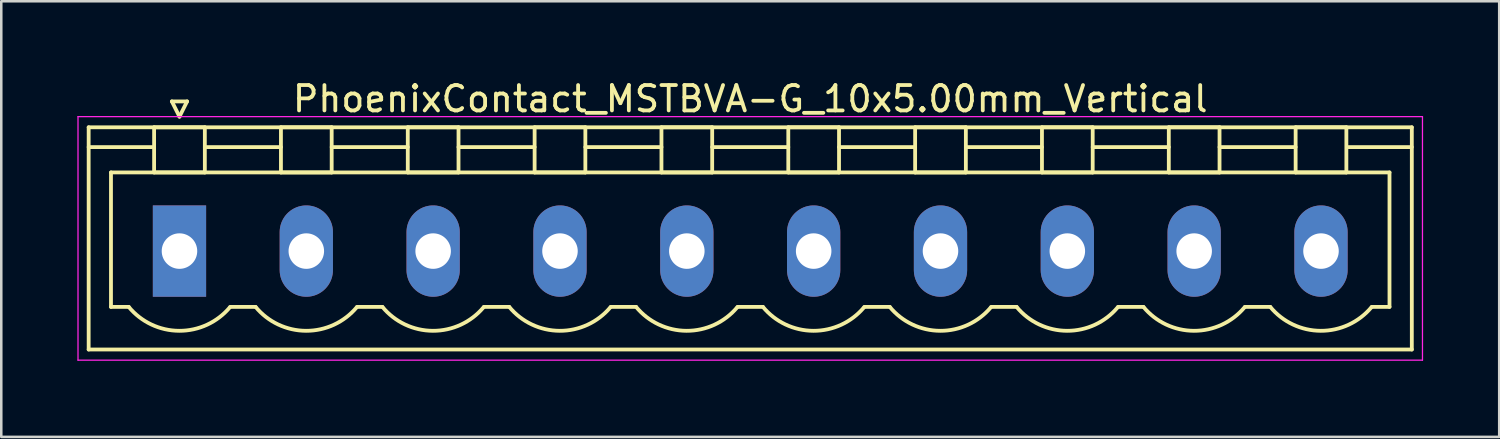
<source format=kicad_pcb>
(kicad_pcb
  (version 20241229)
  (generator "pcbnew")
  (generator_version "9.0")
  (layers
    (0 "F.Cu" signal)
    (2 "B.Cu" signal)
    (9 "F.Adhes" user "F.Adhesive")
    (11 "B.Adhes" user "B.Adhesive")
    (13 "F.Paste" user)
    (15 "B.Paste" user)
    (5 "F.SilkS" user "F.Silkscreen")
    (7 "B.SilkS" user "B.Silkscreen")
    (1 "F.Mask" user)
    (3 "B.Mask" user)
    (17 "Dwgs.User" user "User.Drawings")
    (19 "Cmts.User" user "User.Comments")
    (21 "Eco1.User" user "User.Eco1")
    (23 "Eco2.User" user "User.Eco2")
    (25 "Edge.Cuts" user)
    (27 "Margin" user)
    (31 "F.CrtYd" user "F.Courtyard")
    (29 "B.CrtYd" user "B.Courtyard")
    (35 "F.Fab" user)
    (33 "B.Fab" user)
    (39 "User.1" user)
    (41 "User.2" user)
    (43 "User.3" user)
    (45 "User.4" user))
  (footprint "PhoenixContact_MSTBVA-G_10x5.00mm_Vertical"
    (layer "F.Cu")
    (at 4.025 6.848)
    (property "Reference" "PhoenixContact_MSTBVA-G_10x5.00mm_Vertical" (at 22.5 -6 0) (layer "F.SilkS") (effects (font (size 1 1) (thickness 0.15))))
    (attr through_hole)
    (fp_line (start -3.58 -4.88) (end -3.58 3.88) (stroke (width 0.15) (type solid)) (layer "F.SilkS"))
    (fp_line (start -3.58 -4.1) (end -1.08 -4.1) (stroke (width 0.15) (type solid)) (layer "F.SilkS"))
    (fp_line (start -3.58 3.88) (end 48.58 3.88) (stroke (width 0.15) (type solid)) (layer "F.SilkS"))
    (fp_line (start -2.7 -3.1) (end 47.7 -3.1) (stroke (width 0.15) (type solid)) (layer "F.SilkS"))
    (fp_line (start -2.7 2.2) (end -2.7 -3.1) (stroke (width 0.15) (type solid)) (layer "F.SilkS"))
    (fp_line (start -2 2.2) (end -2.7 2.2) (stroke (width 0.15) (type solid)) (layer "F.SilkS"))
    (fp_line (start -1 -4.88) (end 1 -4.88) (stroke (width 0.15) (type solid)) (layer "F.SilkS"))
    (fp_line (start -1 -3.1) (end -1 -4.88) (stroke (width 0.15) (type solid)) (layer "F.SilkS"))
    (fp_line (start -0.3 -5.9) (end 0 -5.3) (stroke (width 0.15) (type solid)) (layer "F.SilkS"))
    (fp_line (start 0 -5.3) (end 0.3 -5.9) (stroke (width 0.15) (type solid)) (layer "F.SilkS"))
    (fp_line (start 0.3 -5.9) (end -0.3 -5.9) (stroke (width 0.15) (type solid)) (layer "F.SilkS"))
    (fp_line (start 1 -4.88) (end 1 -3.1) (stroke (width 0.15) (type solid)) (layer "F.SilkS"))
    (fp_line (start 1 -4.1) (end 4 -4.1) (stroke (width 0.15) (type solid)) (layer "F.SilkS"))
    (fp_line (start 1 -3.1) (end -1 -3.1) (stroke (width 0.15) (type solid)) (layer "F.SilkS"))
    (fp_line (start 2 2.2) (end 3 2.2) (stroke (width 0.15) (type solid)) (layer "F.SilkS"))
    (fp_line (start 4 -4.88) (end 6 -4.88) (stroke (width 0.15) (type solid)) (layer "F.SilkS"))
    (fp_line (start 4 -3.1) (end 4 -4.88) (stroke (width 0.15) (type solid)) (layer "F.SilkS"))
    (fp_line (start 6 -4.88) (end 6 -3.1) (stroke (width 0.15) (type solid)) (layer "F.SilkS"))
    (fp_line (start 6 -4.1) (end 9 -4.1) (stroke (width 0.15) (type solid)) (layer "F.SilkS"))
    (fp_line (start 6 -3.1) (end 4 -3.1) (stroke (width 0.15) (type solid)) (layer "F.SilkS"))
    (fp_line (start 7 2.2) (end 8 2.2) (stroke (width 0.15) (type solid)) (layer "F.SilkS"))
    (fp_line (start 9 -4.88) (end 11 -4.88) (stroke (width 0.15) (type solid)) (layer "F.SilkS"))
    (fp_line (start 9 -3.1) (end 9 -4.88) (stroke (width 0.15) (type solid)) (layer "F.SilkS"))
    (fp_line (start 11 -4.88) (end 11 -3.1) (stroke (width 0.15) (type solid)) (layer "F.SilkS"))
    (fp_line (start 11 -4.1) (end 14 -4.1) (stroke (width 0.15) (type solid)) (layer "F.SilkS"))
    (fp_line (start 11 -3.1) (end 9 -3.1) (stroke (width 0.15) (type solid)) (layer "F.SilkS"))
    (fp_line (start 12 2.2) (end 13 2.2) (stroke (width 0.15) (type solid)) (layer "F.SilkS"))
    (fp_line (start 14 -4.88) (end 16 -4.88) (stroke (width 0.15) (type solid)) (layer "F.SilkS"))
    (fp_line (start 14 -3.1) (end 14 -4.88) (stroke (width 0.15) (type solid)) (layer "F.SilkS"))
    (fp_line (start 16 -4.88) (end 16 -3.1) (stroke (width 0.15) (type solid)) (layer "F.SilkS"))
    (fp_line (start 16 -4.1) (end 19 -4.1) (stroke (width 0.15) (type solid)) (layer "F.SilkS"))
    (fp_line (start 16 -3.1) (end 14 -3.1) (stroke (width 0.15) (type solid)) (layer "F.SilkS"))
    (fp_line (start 17 2.2) (end 18 2.2) (stroke (width 0.15) (type solid)) (layer "F.SilkS"))
    (fp_line (start 19 -4.88) (end 21 -4.88) (stroke (width 0.15) (type solid)) (layer "F.SilkS"))
    (fp_line (start 19 -3.1) (end 19 -4.88) (stroke (width 0.15) (type solid)) (layer "F.SilkS"))
    (fp_line (start 21 -4.88) (end 21 -3.1) (stroke (width 0.15) (type solid)) (layer "F.SilkS"))
    (fp_line (start 21 -4.1) (end 24 -4.1) (stroke (width 0.15) (type solid)) (layer "F.SilkS"))
    (fp_line (start 21 -3.1) (end 19 -3.1) (stroke (width 0.15) (type solid)) (layer "F.SilkS"))
    (fp_line (start 22 2.2) (end 23 2.2) (stroke (width 0.15) (type solid)) (layer "F.SilkS"))
    (fp_line (start 24 -4.88) (end 26 -4.88) (stroke (width 0.15) (type solid)) (layer "F.SilkS"))
    (fp_line (start 24 -3.1) (end 24 -4.88) (stroke (width 0.15) (type solid)) (layer "F.SilkS"))
    (fp_line (start 26 -4.88) (end 26 -3.1) (stroke (width 0.15) (type solid)) (layer "F.SilkS"))
    (fp_line (start 26 -4.1) (end 29 -4.1) (stroke (width 0.15) (type solid)) (layer "F.SilkS"))
    (fp_line (start 26 -3.1) (end 24 -3.1) (stroke (width 0.15) (type solid)) (layer "F.SilkS"))
    (fp_line (start 27 2.2) (end 28 2.2) (stroke (width 0.15) (type solid)) (layer "F.SilkS"))
    (fp_line (start 29 -4.88) (end 31 -4.88) (stroke (width 0.15) (type solid)) (layer "F.SilkS"))
    (fp_line (start 29 -3.1) (end 29 -4.88) (stroke (width 0.15) (type solid)) (layer "F.SilkS"))
    (fp_line (start 31 -4.88) (end 31 -3.1) (stroke (width 0.15) (type solid)) (layer "F.SilkS"))
    (fp_line (start 31 -4.1) (end 34 -4.1) (stroke (width 0.15) (type solid)) (layer "F.SilkS"))
    (fp_line (start 31 -3.1) (end 29 -3.1) (stroke (width 0.15) (type solid)) (layer "F.SilkS"))
    (fp_line (start 32 2.2) (end 33 2.2) (stroke (width 0.15) (type solid)) (layer "F.SilkS"))
    (fp_line (start 34 -4.88) (end 36 -4.88) (stroke (width 0.15) (type solid)) (layer "F.SilkS"))
    (fp_line (start 34 -3.1) (end 34 -4.88) (stroke (width 0.15) (type solid)) (layer "F.SilkS"))
    (fp_line (start 36 -4.88) (end 36 -3.1) (stroke (width 0.15) (type solid)) (layer "F.SilkS"))
    (fp_line (start 36 -4.1) (end 39 -4.1) (stroke (width 0.15) (type solid)) (layer "F.SilkS"))
    (fp_line (start 36 -3.1) (end 34 -3.1) (stroke (width 0.15) (type solid)) (layer "F.SilkS"))
    (fp_line (start 37 2.2) (end 38 2.2) (stroke (width 0.15) (type solid)) (layer "F.SilkS"))
    (fp_line (start 39 -4.88) (end 41 -4.88) (stroke (width 0.15) (type solid)) (layer "F.SilkS"))
    (fp_line (start 39 -3.1) (end 39 -4.88) (stroke (width 0.15) (type solid)) (layer "F.SilkS"))
    (fp_line (start 41 -4.88) (end 41 -3.1) (stroke (width 0.15) (type solid)) (layer "F.SilkS"))
    (fp_line (start 41 -4.1) (end 44 -4.1) (stroke (width 0.15) (type solid)) (layer "F.SilkS"))
    (fp_line (start 41 -3.1) (end 39 -3.1) (stroke (width 0.15) (type solid)) (layer "F.SilkS"))
    (fp_line (start 42 2.2) (end 43 2.2) (stroke (width 0.15) (type solid)) (layer "F.SilkS"))
    (fp_line (start 44 -4.88) (end 46 -4.88) (stroke (width 0.15) (type solid)) (layer "F.SilkS"))
    (fp_line (start 44 -3.1) (end 44 -4.88) (stroke (width 0.15) (type solid)) (layer "F.SilkS"))
    (fp_line (start 46 -4.88) (end 46 -3.1) (stroke (width 0.15) (type solid)) (layer "F.SilkS"))
    (fp_line (start 46 -3.1) (end 44 -3.1) (stroke (width 0.15) (type solid)) (layer "F.SilkS"))
    (fp_line (start 47.7 -3.1) (end 47.7 2.2) (stroke (width 0.15) (type solid)) (layer "F.SilkS"))
    (fp_line (start 47.7 2.2) (end 47 2.2) (stroke (width 0.15) (type solid)) (layer "F.SilkS"))
    (fp_line (start 48.58 -4.88) (end -3.58 -4.88) (stroke (width 0.15) (type solid)) (layer "F.SilkS"))
    (fp_line (start 48.58 -4.1) (end 46.08 -4.1) (stroke (width 0.15) (type solid)) (layer "F.SilkS"))
    (fp_line (start 48.58 3.88) (end 48.58 -4.88) (stroke (width 0.15) (type solid)) (layer "F.SilkS"))
    (fp_arc (start 1.986842 2.215821) (mid -0.010289 3.142758) (end -2 2.2) (stroke (width 0.15) (type solid)) (layer "F.SilkS"))
    (fp_arc (start 6.986842 2.215821) (mid 4.989711 3.142758) (end 3 2.2) (stroke (width 0.15) (type solid)) (layer "F.SilkS"))
    (fp_arc (start 11.986842 2.215821) (mid 9.989711 3.142758) (end 8 2.2) (stroke (width 0.15) (type solid)) (layer "F.SilkS"))
    (fp_arc (start 16.986842 2.215821) (mid 14.989711 3.142758) (end 13 2.2) (stroke (width 0.15) (type solid)) (layer "F.SilkS"))
    (fp_arc (start 21.986842 2.215821) (mid 19.989711 3.142758) (end 18 2.2) (stroke (width 0.15) (type solid)) (layer "F.SilkS"))
    (fp_arc (start 26.986842 2.215821) (mid 24.989711 3.142758) (end 23 2.2) (stroke (width 0.15) (type solid)) (layer "F.SilkS"))
    (fp_arc (start 31.986842 2.215821) (mid 29.989711 3.142758) (end 28 2.2) (stroke (width 0.15) (type solid)) (layer "F.SilkS"))
    (fp_arc (start 36.986842 2.215821) (mid 34.989711 3.142758) (end 33 2.2) (stroke (width 0.15) (type solid)) (layer "F.SilkS"))
    (fp_arc (start 41.986842 2.215821) (mid 39.989711 3.142758) (end 38 2.2) (stroke (width 0.15) (type solid)) (layer "F.SilkS"))
    (fp_arc (start 46.986842 2.215821) (mid 44.989711 3.142758) (end 43 2.2) (stroke (width 0.15) (type solid)) (layer "F.SilkS"))
    (fp_line (start -4 -5.3) (end -4 4.3) (stroke (width 0.05) (type solid)) (layer "F.CrtYd"))
    (fp_line (start -4 4.3) (end 49 4.3) (stroke (width 0.05) (type solid)) (layer "F.CrtYd"))
    (fp_line (start 49 -5.3) (end -4 -5.3) (stroke (width 0.05) (type solid)) (layer "F.CrtYd"))
    (fp_line (start 49 4.3) (end 49 -5.3) (stroke (width 0.05) (type solid)) (layer "F.CrtYd"))
    (pad "1" thru_hole rect (at 0 0) (size 2.1 3.6) (drill 1.4) (layers "*.Cu" "*.Mask"))
    (pad "2" thru_hole oval (at 5 0) (size 2.1 3.6) (drill 1.4) (layers "*.Cu" "*.Mask"))
    (pad "3" thru_hole oval (at 10 0) (size 2.1 3.6) (drill 1.4) (layers "*.Cu" "*.Mask"))
    (pad "4" thru_hole oval (at 15 0) (size 2.1 3.6) (drill 1.4) (layers "*.Cu" "*.Mask"))
    (pad "5" thru_hole oval (at 20 0) (size 2.1 3.6) (drill 1.4) (layers "*.Cu" "*.Mask"))
    (pad "6" thru_hole oval (at 25 0) (size 2.1 3.6) (drill 1.4) (layers "*.Cu" "*.Mask"))
    (pad "7" thru_hole oval (at 30 0) (size 2.1 3.6) (drill 1.4) (layers "*.Cu" "*.Mask"))
    (pad "8" thru_hole oval (at 35 0) (size 2.1 3.6) (drill 1.4) (layers "*.Cu" "*.Mask"))
    (pad "9" thru_hole oval (at 40 0) (size 2.1 3.6) (drill 1.4) (layers "*.Cu" "*.Mask"))
    (pad "10" thru_hole oval (at 45 0) (size 2.1 3.6) (drill 1.4) (layers "*.Cu" "*.Mask")))
  (gr_rect
    (start -3 -3)
    (end 56.05 14.173)
    (stroke (width 0.1) (type default))
    (fill no)
    (layer "Edge.Cuts")))
</source>
